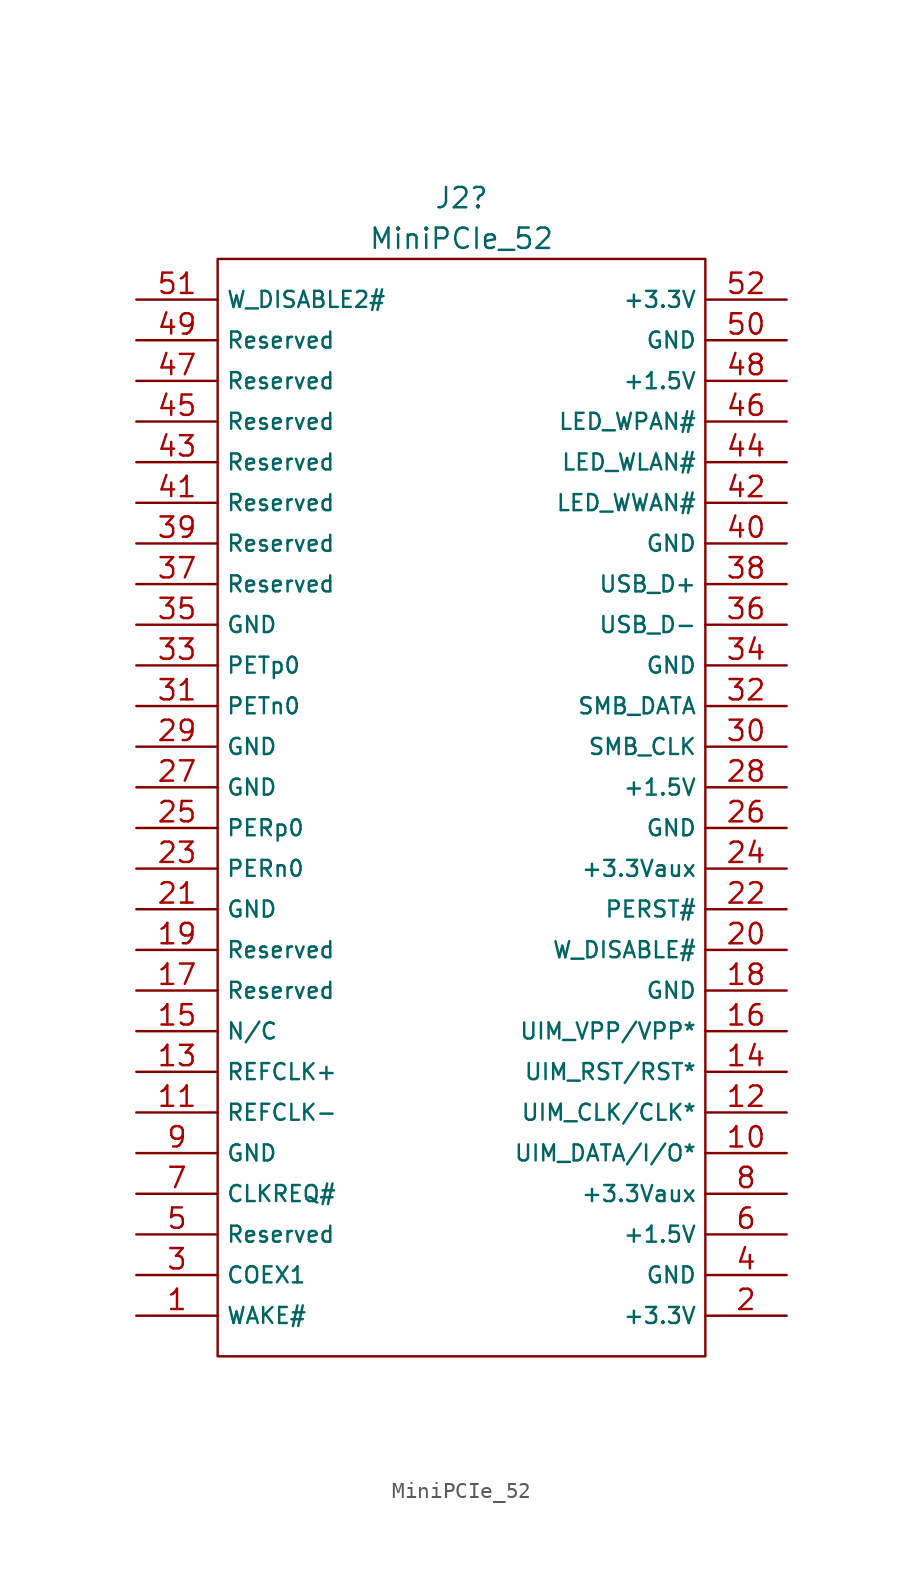
<source format=kicad_sym>
(kicad_symbol_lib
  (version 20241209)
  (generator "kicad_symbol_editor")
  (generator_version "9.0")
  (symbol "MiniPCIe_52"
    (property "Reference" "J2"
      (at 0 36.83 0)
      (effects (font (size 1.27 1.27))))
    (property "Value" "MiniPCIe_52"
      (at 0 34.29 0)
      (effects (font (size 1.27 1.27))))
    (symbol "MiniPCIe_52_1_1"
      (rectangle (start -15.24 33.02) (end 15.24 -35.56) (stroke (width 0.15) (type default)) (fill (type none)))
      (pin passive line (at -20.32 30.48 0) (length 5.08) (name "W_DISABLE2#" (effects (font (size 1 1)))) (number "51" (effects (font (size 1.27 1.27)))))
      (pin passive line (at -20.32 27.94 0) (length 5.08) (name "Reserved" (effects (font (size 1 1)))) (number "49" (effects (font (size 1.27 1.27)))))
      (pin passive line (at -20.32 25.4 0) (length 5.08) (name "Reserved" (effects (font (size 1 1)))) (number "47" (effects (font (size 1.27 1.27)))))
      (pin passive line (at -20.32 22.86 0) (length 5.08) (name "Reserved" (effects (font (size 1 1)))) (number "45" (effects (font (size 1.27 1.27)))))
      (pin passive line (at -20.32 20.32 0) (length 5.08) (name "Reserved" (effects (font (size 1 1)))) (number "43" (effects (font (size 1.27 1.27)))))
      (pin passive line (at -20.32 17.78 0) (length 5.08) (name "Reserved" (effects (font (size 1 1)))) (number "41" (effects (font (size 1.27 1.27)))))
      (pin passive line (at -20.32 15.24 0) (length 5.08) (name "Reserved" (effects (font (size 1 1)))) (number "39" (effects (font (size 1.27 1.27)))))
      (pin passive line (at -20.32 12.7 0) (length 5.08) (name "Reserved" (effects (font (size 1 1)))) (number "37" (effects (font (size 1.27 1.27)))))
      (pin passive line (at -20.32 10.16 0) (length 5.08) (name "GND" (effects (font (size 1 1)))) (number "35" (effects (font (size 1.27 1.27)))))
      (pin passive line (at -20.32 7.62 0) (length 5.08) (name "PETp0" (effects (font (size 1 1)))) (number "33" (effects (font (size 1.27 1.27)))))
      (pin passive line (at -20.32 5.08 0) (length 5.08) (name "PETn0" (effects (font (size 1 1)))) (number "31" (effects (font (size 1.27 1.27)))))
      (pin passive line (at -20.32 2.54 0) (length 5.08) (name "GND" (effects (font (size 1 1)))) (number "29" (effects (font (size 1.27 1.27)))))
      (pin passive line (at -20.32 0 0) (length 5.08) (name "GND" (effects (font (size 1 1)))) (number "27" (effects (font (size 1.27 1.27)))))
      (pin passive line (at -20.32 -2.54 0) (length 5.08) (name "PERp0" (effects (font (size 1 1)))) (number "25" (effects (font (size 1.27 1.27)))))
      (pin passive line (at -20.32 -5.08 0) (length 5.08) (name "PERn0" (effects (font (size 1 1)))) (number "23" (effects (font (size 1.27 1.27)))))
      (pin passive line (at -20.32 -7.62 0) (length 5.08) (name "GND" (effects (font (size 1 1)))) (number "21" (effects (font (size 1.27 1.27)))))
      (pin passive line (at -20.32 -10.16 0) (length 5.08) (name "Reserved" (effects (font (size 1 1)))) (number "19" (effects (font (size 1.27 1.27)))))
      (pin passive line (at -20.32 -12.7 0) (length 5.08) (name "Reserved" (effects (font (size 1 1)))) (number "17" (effects (font (size 1.27 1.27)))))
      (pin passive line (at -20.32 -15.24 0) (length 5.08) (name "N/C" (effects (font (size 1 1)))) (number "15" (effects (font (size 1.27 1.27)))))
      (pin passive line (at -20.32 -17.78 0) (length 5.08) (name "REFCLK+" (effects (font (size 1 1)))) (number "13" (effects (font (size 1.27 1.27)))))
      (pin passive line (at -20.32 -20.32 0) (length 5.08) (name "REFCLK-" (effects (font (size 1 1)))) (number "11" (effects (font (size 1.27 1.27)))))
      (pin passive line (at -20.32 -22.86 0) (length 5.08) (name "GND" (effects (font (size 1 1)))) (number "9" (effects (font (size 1.27 1.27)))))
      (pin passive line (at -20.32 -25.4 0) (length 5.08) (name "CLKREQ#" (effects (font (size 1 1)))) (number "7" (effects (font (size 1.27 1.27)))))
      (pin passive line (at -20.32 -27.94 0) (length 5.08) (name "Reserved" (effects (font (size 1 1)))) (number "5" (effects (font (size 1.27 1.27)))))
      (pin passive line (at -20.32 -30.48 0) (length 5.08) (name "COEX1" (effects (font (size 1 1)))) (number "3" (effects (font (size 1.27 1.27)))))
      (pin passive line (at -20.32 -33.02 0) (length 5.08) (name "WAKE#" (effects (font (size 1 1)))) (number "1" (effects (font (size 1.27 1.27)))))
      (pin passive line (at 20.32 30.48 180) (length 5.08) (name "+3.3V" (effects (font (size 1 1)))) (number "52" (effects (font (size 1.27 1.27)))))
      (pin passive line (at 20.32 27.94 180) (length 5.08) (name "GND" (effects (font (size 1 1)))) (number "50" (effects (font (size 1.27 1.27)))))
      (pin passive line (at 20.32 25.4 180) (length 5.08) (name "+1.5V" (effects (font (size 1 1)))) (number "48" (effects (font (size 1.27 1.27)))))
      (pin passive line (at 20.32 22.86 180) (length 5.08) (name "LED_WPAN#" (effects (font (size 1 1)))) (number "46" (effects (font (size 1.27 1.27)))))
      (pin passive line (at 20.32 20.32 180) (length 5.08) (name "LED_WLAN#" (effects (font (size 1 1)))) (number "44" (effects (font (size 1.27 1.27)))))
      (pin passive line (at 20.32 17.78 180) (length 5.08) (name "LED_WWAN#" (effects (font (size 1 1)))) (number "42" (effects (font (size 1.27 1.27)))))
      (pin passive line (at 20.32 15.24 180) (length 5.08) (name "GND" (effects (font (size 1 1)))) (number "40" (effects (font (size 1.27 1.27)))))
      (pin passive line (at 20.32 12.7 180) (length 5.08) (name "USB_D+" (effects (font (size 1 1)))) (number "38" (effects (font (size 1.27 1.27)))))
      (pin passive line (at 20.32 10.16 180) (length 5.08) (name "USB_D-" (effects (font (size 1 1)))) (number "36" (effects (font (size 1.27 1.27)))))
      (pin passive line (at 20.32 7.62 180) (length 5.08) (name "GND" (effects (font (size 1 1)))) (number "34" (effects (font (size 1.27 1.27)))))
      (pin passive line (at 20.32 5.08 180) (length 5.08) (name "SMB_DATA" (effects (font (size 1 1)))) (number "32" (effects (font (size 1.27 1.27)))))
      (pin passive line (at 20.32 2.54 180) (length 5.08) (name "SMB_CLK" (effects (font (size 1 1)))) (number "30" (effects (font (size 1.27 1.27)))))
      (pin passive line (at 20.32 0 180) (length 5.08) (name "+1.5V" (effects (font (size 1 1)))) (number "28" (effects (font (size 1.27 1.27)))))
      (pin passive line (at 20.32 -2.54 180) (length 5.08) (name "GND" (effects (font (size 1 1)))) (number "26" (effects (font (size 1.27 1.27)))))
      (pin passive line (at 20.32 -5.08 180) (length 5.08) (name "+3.3Vaux" (effects (font (size 1 1)))) (number "24" (effects (font (size 1.27 1.27)))))
      (pin passive line (at 20.32 -7.62 180) (length 5.08) (name "PERST#" (effects (font (size 1 1)))) (number "22" (effects (font (size 1.27 1.27)))))
      (pin passive line (at 20.32 -10.16 180) (length 5.08) (name "W_DISABLE#" (effects (font (size 1 1)))) (number "20" (effects (font (size 1.27 1.27)))))
      (pin passive line (at 20.32 -12.7 180) (length 5.08) (name "GND" (effects (font (size 1 1)))) (number "18" (effects (font (size 1.27 1.27)))))
      (pin passive line (at 20.32 -15.24 180) (length 5.08) (name "UIM_VPP/VPP*" (effects (font (size 1 1)))) (number "16" (effects (font (size 1.27 1.27)))))
      (pin passive line (at 20.32 -17.78 180) (length 5.08) (name "UIM_RST/RST*" (effects (font (size 1 1)))) (number "14" (effects (font (size 1.27 1.27)))))
      (pin passive line (at 20.32 -20.32 180) (length 5.08) (name "UIM_CLK/CLK*" (effects (font (size 1 1)))) (number "12" (effects (font (size 1.27 1.27)))))
      (pin passive line (at 20.32 -22.86 180) (length 5.08) (name "UIM_DATA/I/O*" (effects (font (size 1 1)))) (number "10" (effects (font (size 1.27 1.27)))))
      (pin passive line (at 20.32 -25.4 180) (length 5.08) (name "+3.3Vaux" (effects (font (size 1 1)))) (number "8" (effects (font (size 1.27 1.27)))))
      (pin passive line (at 20.32 -27.94 180) (length 5.08) (name "+1.5V" (effects (font (size 1 1)))) (number "6" (effects (font (size 1.27 1.27)))))
      (pin passive line (at 20.32 -30.48 180) (length 5.08) (name "GND" (effects (font (size 1 1)))) (number "4" (effects (font (size 1.27 1.27)))))
      (pin passive line (at 20.32 -33.02 180) (length 5.08) (name "+3.3V" (effects (font (size 1 1)))) (number "2" (effects (font (size 1.27 1.27))))))))
</source>
